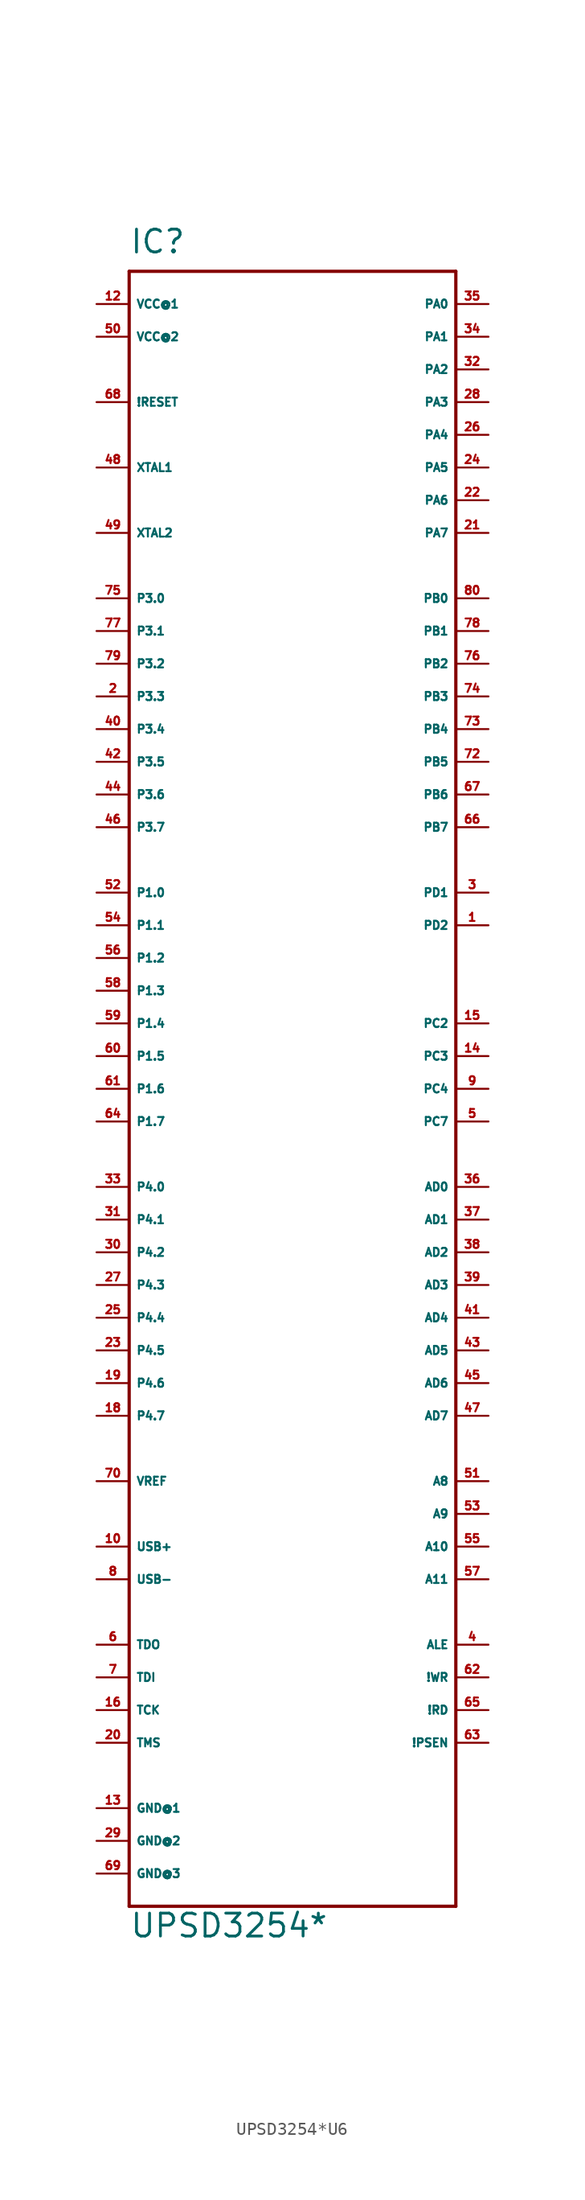
<source format=kicad_sym>
(kicad_symbol_lib
  (version 20220914)
  (generator Eagle2Kicad)
  (symbol "UPSD3254*U6"
    (property "Reference" "IC"
      (at -12.7 62.23 0)
      (effects (font (size 1.778 1.778) (thickness 0.22)) (justify left bottom)))
    (property "Value" "UPSD3254*"
      (at -12.7 -68.58 0)
      (effects (font (size 1.778 1.778) (thickness 0.22)) (justify left bottom)))
    (polyline
      (pts (xy -12.7 60.96) (xy 12.7 60.96))
      (stroke (width 0.254) (type default))
      (fill (type none)))
    (polyline
      (pts (xy 12.7 60.96) (xy 12.7 -66.04))
      (stroke (width 0.254) (type default))
      (fill (type none)))
    (polyline
      (pts (xy 12.7 -66.04) (xy -12.7 -66.04))
      (stroke (width 0.254) (type default))
      (fill (type none)))
    (polyline
      (pts (xy -12.7 -66.04) (xy -12.7 60.96))
      (stroke (width 0.254) (type default))
      (fill (type none)))
    (pin bidirectional line
      (at -15.24 35.56 0)
      (length 2.54)
      (name "P3.0" (effects (font (size 0.635 0.635) (thickness 0.08)) (justify left bottom)))
      (number "75" (effects (font (size 0.635 0.635) (thickness 0.08)) (justify left bottom))))
    (pin bidirectional line
      (at -15.24 33.02 0)
      (length 2.54)
      (name "P3.1" (effects (font (size 0.635 0.635) (thickness 0.08)) (justify left bottom)))
      (number "77" (effects (font (size 0.635 0.635) (thickness 0.08)) (justify left bottom))))
    (pin bidirectional line
      (at -15.24 30.48 0)
      (length 2.54)
      (name "P3.2" (effects (font (size 0.635 0.635) (thickness 0.08)) (justify left bottom)))
      (number "79" (effects (font (size 0.635 0.635) (thickness 0.08)) (justify left bottom))))
    (pin bidirectional line
      (at -15.24 27.94 0)
      (length 2.54)
      (name "P3.3" (effects (font (size 0.635 0.635) (thickness 0.08)) (justify left bottom)))
      (number "2" (effects (font (size 0.635 0.635) (thickness 0.08)) (justify left bottom))))
    (pin bidirectional line
      (at -15.24 25.4 0)
      (length 2.54)
      (name "P3.4" (effects (font (size 0.635 0.635) (thickness 0.08)) (justify left bottom)))
      (number "40" (effects (font (size 0.635 0.635) (thickness 0.08)) (justify left bottom))))
    (pin bidirectional line
      (at -15.24 22.86 0)
      (length 2.54)
      (name "P3.5" (effects (font (size 0.635 0.635) (thickness 0.08)) (justify left bottom)))
      (number "42" (effects (font (size 0.635 0.635) (thickness 0.08)) (justify left bottom))))
    (pin bidirectional line
      (at -15.24 20.32 0)
      (length 2.54)
      (name "P3.6" (effects (font (size 0.635 0.635) (thickness 0.08)) (justify left bottom)))
      (number "44" (effects (font (size 0.635 0.635) (thickness 0.08)) (justify left bottom))))
    (pin bidirectional line
      (at -15.24 17.78 0)
      (length 2.54)
      (name "P3.7" (effects (font (size 0.635 0.635) (thickness 0.08)) (justify left bottom)))
      (number "46" (effects (font (size 0.635 0.635) (thickness 0.08)) (justify left bottom))))
    (pin bidirectional line
      (at -15.24 12.7 0)
      (length 2.54)
      (name "P1.0" (effects (font (size 0.635 0.635) (thickness 0.08)) (justify left bottom)))
      (number "52" (effects (font (size 0.635 0.635) (thickness 0.08)) (justify left bottom))))
    (pin bidirectional line
      (at -15.24 10.16 0)
      (length 2.54)
      (name "P1.1" (effects (font (size 0.635 0.635) (thickness 0.08)) (justify left bottom)))
      (number "54" (effects (font (size 0.635 0.635) (thickness 0.08)) (justify left bottom))))
    (pin bidirectional line
      (at -15.24 7.62 0)
      (length 2.54)
      (name "P1.2" (effects (font (size 0.635 0.635) (thickness 0.08)) (justify left bottom)))
      (number "56" (effects (font (size 0.635 0.635) (thickness 0.08)) (justify left bottom))))
    (pin bidirectional line
      (at -15.24 5.08 0)
      (length 2.54)
      (name "P1.3" (effects (font (size 0.635 0.635) (thickness 0.08)) (justify left bottom)))
      (number "58" (effects (font (size 0.635 0.635) (thickness 0.08)) (justify left bottom))))
    (pin bidirectional line
      (at -15.24 2.54 0)
      (length 2.54)
      (name "P1.4" (effects (font (size 0.635 0.635) (thickness 0.08)) (justify left bottom)))
      (number "59" (effects (font (size 0.635 0.635) (thickness 0.08)) (justify left bottom))))
    (pin bidirectional line
      (at -15.24 0 0)
      (length 2.54)
      (name "P1.5" (effects (font (size 0.635 0.635) (thickness 0.08)) (justify left bottom)))
      (number "60" (effects (font (size 0.635 0.635) (thickness 0.08)) (justify left bottom))))
    (pin bidirectional line
      (at -15.24 -2.54 0)
      (length 2.54)
      (name "P1.6" (effects (font (size 0.635 0.635) (thickness 0.08)) (justify left bottom)))
      (number "61" (effects (font (size 0.635 0.635) (thickness 0.08)) (justify left bottom))))
    (pin bidirectional line
      (at -15.24 -5.08 0)
      (length 2.54)
      (name "P1.7" (effects (font (size 0.635 0.635) (thickness 0.08)) (justify left bottom)))
      (number "64" (effects (font (size 0.635 0.635) (thickness 0.08)) (justify left bottom))))
    (pin bidirectional line
      (at -15.24 -10.16 0)
      (length 2.54)
      (name "P4.0" (effects (font (size 0.635 0.635) (thickness 0.08)) (justify left bottom)))
      (number "33" (effects (font (size 0.635 0.635) (thickness 0.08)) (justify left bottom))))
    (pin bidirectional line
      (at -15.24 -12.7 0)
      (length 2.54)
      (name "P4.1" (effects (font (size 0.635 0.635) (thickness 0.08)) (justify left bottom)))
      (number "31" (effects (font (size 0.635 0.635) (thickness 0.08)) (justify left bottom))))
    (pin bidirectional line
      (at -15.24 -15.24 0)
      (length 2.54)
      (name "P4.2" (effects (font (size 0.635 0.635) (thickness 0.08)) (justify left bottom)))
      (number "30" (effects (font (size 0.635 0.635) (thickness 0.08)) (justify left bottom))))
    (pin bidirectional line
      (at -15.24 -17.78 0)
      (length 2.54)
      (name "P4.3" (effects (font (size 0.635 0.635) (thickness 0.08)) (justify left bottom)))
      (number "27" (effects (font (size 0.635 0.635) (thickness 0.08)) (justify left bottom))))
    (pin bidirectional line
      (at -15.24 -20.32 0)
      (length 2.54)
      (name "P4.4" (effects (font (size 0.635 0.635) (thickness 0.08)) (justify left bottom)))
      (number "25" (effects (font (size 0.635 0.635) (thickness 0.08)) (justify left bottom))))
    (pin bidirectional line
      (at -15.24 -22.86 0)
      (length 2.54)
      (name "P4.5" (effects (font (size 0.635 0.635) (thickness 0.08)) (justify left bottom)))
      (number "23" (effects (font (size 0.635 0.635) (thickness 0.08)) (justify left bottom))))
    (pin bidirectional line
      (at -15.24 -25.4 0)
      (length 2.54)
      (name "P4.6" (effects (font (size 0.635 0.635) (thickness 0.08)) (justify left bottom)))
      (number "19" (effects (font (size 0.635 0.635) (thickness 0.08)) (justify left bottom))))
    (pin bidirectional line
      (at -15.24 -27.94 0)
      (length 2.54)
      (name "P4.7" (effects (font (size 0.635 0.635) (thickness 0.08)) (justify left bottom)))
      (number "18" (effects (font (size 0.635 0.635) (thickness 0.08)) (justify left bottom))))
    (pin bidirectional line
      (at 15.24 35.56 180)
      (length 2.54)
      (name "PB0" (effects (font (size 0.635 0.635) (thickness 0.08)) (justify left bottom)))
      (number "80" (effects (font (size 0.635 0.635) (thickness 0.08)) (justify left bottom))))
    (pin bidirectional line
      (at 15.24 33.02 180)
      (length 2.54)
      (name "PB1" (effects (font (size 0.635 0.635) (thickness 0.08)) (justify left bottom)))
      (number "78" (effects (font (size 0.635 0.635) (thickness 0.08)) (justify left bottom))))
    (pin bidirectional line
      (at 15.24 30.48 180)
      (length 2.54)
      (name "PB2" (effects (font (size 0.635 0.635) (thickness 0.08)) (justify left bottom)))
      (number "76" (effects (font (size 0.635 0.635) (thickness 0.08)) (justify left bottom))))
    (pin bidirectional line
      (at 15.24 27.94 180)
      (length 2.54)
      (name "PB3" (effects (font (size 0.635 0.635) (thickness 0.08)) (justify left bottom)))
      (number "74" (effects (font (size 0.635 0.635) (thickness 0.08)) (justify left bottom))))
    (pin bidirectional line
      (at 15.24 25.4 180)
      (length 2.54)
      (name "PB4" (effects (font (size 0.635 0.635) (thickness 0.08)) (justify left bottom)))
      (number "73" (effects (font (size 0.635 0.635) (thickness 0.08)) (justify left bottom))))
    (pin bidirectional line
      (at 15.24 22.86 180)
      (length 2.54)
      (name "PB5" (effects (font (size 0.635 0.635) (thickness 0.08)) (justify left bottom)))
      (number "72" (effects (font (size 0.635 0.635) (thickness 0.08)) (justify left bottom))))
    (pin bidirectional line
      (at 15.24 20.32 180)
      (length 2.54)
      (name "PB6" (effects (font (size 0.635 0.635) (thickness 0.08)) (justify left bottom)))
      (number "67" (effects (font (size 0.635 0.635) (thickness 0.08)) (justify left bottom))))
    (pin bidirectional line
      (at 15.24 17.78 180)
      (length 2.54)
      (name "PB7" (effects (font (size 0.635 0.635) (thickness 0.08)) (justify left bottom)))
      (number "66" (effects (font (size 0.635 0.635) (thickness 0.08)) (justify left bottom))))
    (pin bidirectional line
      (at 15.24 12.7 180)
      (length 2.54)
      (name "PD1" (effects (font (size 0.635 0.635) (thickness 0.08)) (justify left bottom)))
      (number "3" (effects (font (size 0.635 0.635) (thickness 0.08)) (justify left bottom))))
    (pin bidirectional line
      (at 15.24 2.54 180)
      (length 2.54)
      (name "PC2" (effects (font (size 0.635 0.635) (thickness 0.08)) (justify left bottom)))
      (number "15" (effects (font (size 0.635 0.635) (thickness 0.08)) (justify left bottom))))
    (pin bidirectional line
      (at 15.24 0 180)
      (length 2.54)
      (name "PC3" (effects (font (size 0.635 0.635) (thickness 0.08)) (justify left bottom)))
      (number "14" (effects (font (size 0.635 0.635) (thickness 0.08)) (justify left bottom))))
    (pin bidirectional line
      (at 15.24 -2.54 180)
      (length 2.54)
      (name "PC4" (effects (font (size 0.635 0.635) (thickness 0.08)) (justify left bottom)))
      (number "9" (effects (font (size 0.635 0.635) (thickness 0.08)) (justify left bottom))))
    (pin bidirectional line
      (at 15.24 -5.08 180)
      (length 2.54)
      (name "PC7" (effects (font (size 0.635 0.635) (thickness 0.08)) (justify left bottom)))
      (number "5" (effects (font (size 0.635 0.635) (thickness 0.08)) (justify left bottom))))
    (pin bidirectional line
      (at -15.24 -38.1 0)
      (length 2.54)
      (name "USB+" (effects (font (size 0.635 0.635) (thickness 0.08)) (justify left bottom)))
      (number "10" (effects (font (size 0.635 0.635) (thickness 0.08)) (justify left bottom))))
    (pin bidirectional line
      (at -15.24 -40.64 0)
      (length 2.54)
      (name "USB-" (effects (font (size 0.635 0.635) (thickness 0.08)) (justify left bottom)))
      (number "8" (effects (font (size 0.635 0.635) (thickness 0.08)) (justify left bottom))))
    (pin output line
      (at -15.24 -45.72 0)
      (length 2.54)
      (name "TDO" (effects (font (size 0.635 0.635) (thickness 0.08)) (justify left bottom)))
      (number "6" (effects (font (size 0.635 0.635) (thickness 0.08)) (justify left bottom))))
    (pin input line
      (at -15.24 -48.26 0)
      (length 2.54)
      (name "TDI" (effects (font (size 0.635 0.635) (thickness 0.08)) (justify left bottom)))
      (number "7" (effects (font (size 0.635 0.635) (thickness 0.08)) (justify left bottom))))
    (pin input line
      (at -15.24 -50.8 0)
      (length 2.54)
      (name "TCK" (effects (font (size 0.635 0.635) (thickness 0.08)) (justify left bottom)))
      (number "16" (effects (font (size 0.635 0.635) (thickness 0.08)) (justify left bottom))))
    (pin input line
      (at -15.24 -53.34 0)
      (length 2.54)
      (name "TMS" (effects (font (size 0.635 0.635) (thickness 0.08)) (justify left bottom)))
      (number "20" (effects (font (size 0.635 0.635) (thickness 0.08)) (justify left bottom))))
    (pin input line
      (at -15.24 45.72 0)
      (length 2.54)
      (name "XTAL1" (effects (font (size 0.635 0.635) (thickness 0.08)) (justify left bottom)))
      (number "48" (effects (font (size 0.635 0.635) (thickness 0.08)) (justify left bottom))))
    (pin output line
      (at -15.24 40.64 0)
      (length 2.54)
      (name "XTAL2" (effects (font (size 0.635 0.635) (thickness 0.08)) (justify left bottom)))
      (number "49" (effects (font (size 0.635 0.635) (thickness 0.08)) (justify left bottom))))
    (pin input line
      (at -15.24 50.8 0)
      (length 2.54)
      (name "!RESET" (effects (font (size 0.635 0.635) (thickness 0.08)) (justify left bottom)))
      (number "68" (effects (font (size 0.635 0.635) (thickness 0.08)) (justify left bottom))))
    (pin unspecified line
      (at -15.24 -58.42 0)
      (length 2.54)
      (name "GND@1" (effects (font (size 0.635 0.635) (thickness 0.08)) (justify left bottom)))
      (number "13" (effects (font (size 0.635 0.635) (thickness 0.08)) (justify left bottom))))
    (pin unspecified line
      (at -15.24 -60.96 0)
      (length 2.54)
      (name "GND@2" (effects (font (size 0.635 0.635) (thickness 0.08)) (justify left bottom)))
      (number "29" (effects (font (size 0.635 0.635) (thickness 0.08)) (justify left bottom))))
    (pin unspecified line
      (at -15.24 58.42 0)
      (length 2.54)
      (name "VCC@1" (effects (font (size 0.635 0.635) (thickness 0.08)) (justify left bottom)))
      (number "12" (effects (font (size 0.635 0.635) (thickness 0.08)) (justify left bottom))))
    (pin unspecified line
      (at -15.24 55.88 0)
      (length 2.54)
      (name "VCC@2" (effects (font (size 0.635 0.635) (thickness 0.08)) (justify left bottom)))
      (number "50" (effects (font (size 0.635 0.635) (thickness 0.08)) (justify left bottom))))
    (pin output line
      (at -15.24 -33.02 0)
      (length 2.54)
      (name "VREF" (effects (font (size 0.635 0.635) (thickness 0.08)) (justify left bottom)))
      (number "70" (effects (font (size 0.635 0.635) (thickness 0.08)) (justify left bottom))))
    (pin bidirectional line
      (at 15.24 10.16 180)
      (length 2.54)
      (name "PD2" (effects (font (size 0.635 0.635) (thickness 0.08)) (justify left bottom)))
      (number "1" (effects (font (size 0.635 0.635) (thickness 0.08)) (justify left bottom))))
    (pin bidirectional line
      (at 15.24 58.42 180)
      (length 2.54)
      (name "PA0" (effects (font (size 0.635 0.635) (thickness 0.08)) (justify left bottom)))
      (number "35" (effects (font (size 0.635 0.635) (thickness 0.08)) (justify left bottom))))
    (pin bidirectional line
      (at 15.24 55.88 180)
      (length 2.54)
      (name "PA1" (effects (font (size 0.635 0.635) (thickness 0.08)) (justify left bottom)))
      (number "34" (effects (font (size 0.635 0.635) (thickness 0.08)) (justify left bottom))))
    (pin bidirectional line
      (at 15.24 53.34 180)
      (length 2.54)
      (name "PA2" (effects (font (size 0.635 0.635) (thickness 0.08)) (justify left bottom)))
      (number "32" (effects (font (size 0.635 0.635) (thickness 0.08)) (justify left bottom))))
    (pin bidirectional line
      (at 15.24 50.8 180)
      (length 2.54)
      (name "PA3" (effects (font (size 0.635 0.635) (thickness 0.08)) (justify left bottom)))
      (number "28" (effects (font (size 0.635 0.635) (thickness 0.08)) (justify left bottom))))
    (pin bidirectional line
      (at 15.24 48.26 180)
      (length 2.54)
      (name "PA4" (effects (font (size 0.635 0.635) (thickness 0.08)) (justify left bottom)))
      (number "26" (effects (font (size 0.635 0.635) (thickness 0.08)) (justify left bottom))))
    (pin bidirectional line
      (at 15.24 45.72 180)
      (length 2.54)
      (name "PA5" (effects (font (size 0.635 0.635) (thickness 0.08)) (justify left bottom)))
      (number "24" (effects (font (size 0.635 0.635) (thickness 0.08)) (justify left bottom))))
    (pin bidirectional line
      (at 15.24 43.18 180)
      (length 2.54)
      (name "PA6" (effects (font (size 0.635 0.635) (thickness 0.08)) (justify left bottom)))
      (number "22" (effects (font (size 0.635 0.635) (thickness 0.08)) (justify left bottom))))
    (pin bidirectional line
      (at 15.24 40.64 180)
      (length 2.54)
      (name "PA7" (effects (font (size 0.635 0.635) (thickness 0.08)) (justify left bottom)))
      (number "21" (effects (font (size 0.635 0.635) (thickness 0.08)) (justify left bottom))))
    (pin output line
      (at 15.24 -45.72 180)
      (length 2.54)
      (name "ALE" (effects (font (size 0.635 0.635) (thickness 0.08)) (justify left bottom)))
      (number "4" (effects (font (size 0.635 0.635) (thickness 0.08)) (justify left bottom))))
    (pin input line
      (at 15.24 -10.16 180)
      (length 2.54)
      (name "AD0" (effects (font (size 0.635 0.635) (thickness 0.08)) (justify left bottom)))
      (number "36" (effects (font (size 0.635 0.635) (thickness 0.08)) (justify left bottom))))
    (pin input line
      (at 15.24 -12.7 180)
      (length 2.54)
      (name "AD1" (effects (font (size 0.635 0.635) (thickness 0.08)) (justify left bottom)))
      (number "37" (effects (font (size 0.635 0.635) (thickness 0.08)) (justify left bottom))))
    (pin input line
      (at 15.24 -15.24 180)
      (length 2.54)
      (name "AD2" (effects (font (size 0.635 0.635) (thickness 0.08)) (justify left bottom)))
      (number "38" (effects (font (size 0.635 0.635) (thickness 0.08)) (justify left bottom))))
    (pin input line
      (at 15.24 -17.78 180)
      (length 2.54)
      (name "AD3" (effects (font (size 0.635 0.635) (thickness 0.08)) (justify left bottom)))
      (number "39" (effects (font (size 0.635 0.635) (thickness 0.08)) (justify left bottom))))
    (pin input line
      (at 15.24 -20.32 180)
      (length 2.54)
      (name "AD4" (effects (font (size 0.635 0.635) (thickness 0.08)) (justify left bottom)))
      (number "41" (effects (font (size 0.635 0.635) (thickness 0.08)) (justify left bottom))))
    (pin input line
      (at 15.24 -22.86 180)
      (length 2.54)
      (name "AD5" (effects (font (size 0.635 0.635) (thickness 0.08)) (justify left bottom)))
      (number "43" (effects (font (size 0.635 0.635) (thickness 0.08)) (justify left bottom))))
    (pin input line
      (at 15.24 -25.4 180)
      (length 2.54)
      (name "AD6" (effects (font (size 0.635 0.635) (thickness 0.08)) (justify left bottom)))
      (number "45" (effects (font (size 0.635 0.635) (thickness 0.08)) (justify left bottom))))
    (pin input line
      (at 15.24 -27.94 180)
      (length 2.54)
      (name "AD7" (effects (font (size 0.635 0.635) (thickness 0.08)) (justify left bottom)))
      (number "47" (effects (font (size 0.635 0.635) (thickness 0.08)) (justify left bottom))))
    (pin output line
      (at 15.24 -33.02 180)
      (length 2.54)
      (name "A8" (effects (font (size 0.635 0.635) (thickness 0.08)) (justify left bottom)))
      (number "51" (effects (font (size 0.635 0.635) (thickness 0.08)) (justify left bottom))))
    (pin output line
      (at 15.24 -35.56 180)
      (length 2.54)
      (name "A9" (effects (font (size 0.635 0.635) (thickness 0.08)) (justify left bottom)))
      (number "53" (effects (font (size 0.635 0.635) (thickness 0.08)) (justify left bottom))))
    (pin output line
      (at 15.24 -38.1 180)
      (length 2.54)
      (name "A10" (effects (font (size 0.635 0.635) (thickness 0.08)) (justify left bottom)))
      (number "55" (effects (font (size 0.635 0.635) (thickness 0.08)) (justify left bottom))))
    (pin output line
      (at 15.24 -40.64 180)
      (length 2.54)
      (name "A11" (effects (font (size 0.635 0.635) (thickness 0.08)) (justify left bottom)))
      (number "57" (effects (font (size 0.635 0.635) (thickness 0.08)) (justify left bottom))))
    (pin output line
      (at 15.24 -48.26 180)
      (length 2.54)
      (name "!WR" (effects (font (size 0.635 0.635) (thickness 0.08)) (justify left bottom)))
      (number "62" (effects (font (size 0.635 0.635) (thickness 0.08)) (justify left bottom))))
    (pin output line
      (at 15.24 -53.34 180)
      (length 2.54)
      (name "!PSEN" (effects (font (size 0.635 0.635) (thickness 0.08)) (justify left bottom)))
      (number "63" (effects (font (size 0.635 0.635) (thickness 0.08)) (justify left bottom))))
    (pin output line
      (at 15.24 -50.8 180)
      (length 2.54)
      (name "!RD" (effects (font (size 0.635 0.635) (thickness 0.08)) (justify left bottom)))
      (number "65" (effects (font (size 0.635 0.635) (thickness 0.08)) (justify left bottom))))
    (pin unspecified line
      (at -15.24 -63.5 0)
      (length 2.54)
      (name "GND@3" (effects (font (size 0.635 0.635) (thickness 0.08)) (justify left bottom)))
      (number "69" (effects (font (size 0.635 0.635) (thickness 0.08)) (justify left bottom))))))
</source>
